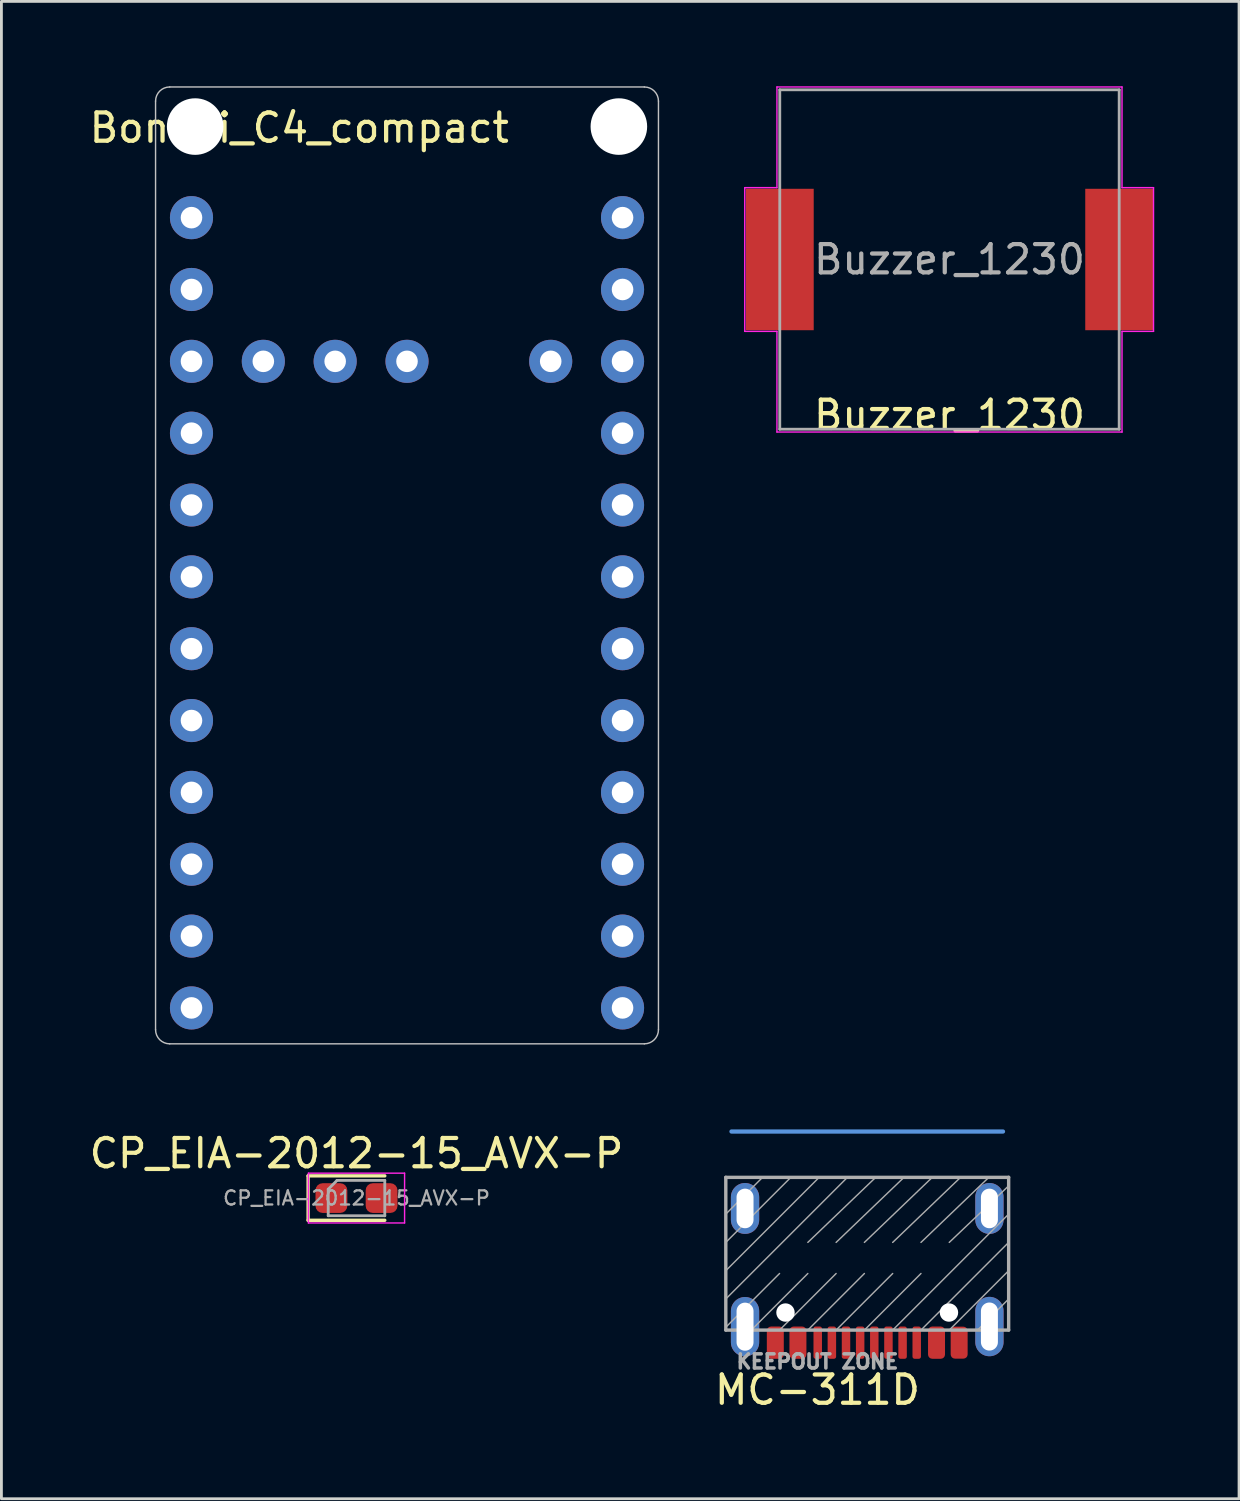
<source format=kicad_pcb>
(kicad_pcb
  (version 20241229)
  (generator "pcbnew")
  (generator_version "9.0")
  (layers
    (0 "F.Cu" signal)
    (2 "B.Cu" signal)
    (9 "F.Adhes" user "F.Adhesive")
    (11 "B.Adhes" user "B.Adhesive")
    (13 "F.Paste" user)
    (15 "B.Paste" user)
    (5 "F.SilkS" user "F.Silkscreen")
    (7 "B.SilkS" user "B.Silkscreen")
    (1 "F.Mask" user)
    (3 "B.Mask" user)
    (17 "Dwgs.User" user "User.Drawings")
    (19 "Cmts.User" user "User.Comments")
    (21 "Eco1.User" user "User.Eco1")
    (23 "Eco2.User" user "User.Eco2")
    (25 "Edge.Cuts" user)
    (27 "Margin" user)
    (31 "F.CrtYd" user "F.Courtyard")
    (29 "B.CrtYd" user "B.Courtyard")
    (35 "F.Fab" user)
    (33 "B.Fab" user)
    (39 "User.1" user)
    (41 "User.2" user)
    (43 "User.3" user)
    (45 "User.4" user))
  (footprint "CP_EIA-2012-15_AVX-P"
    (layer "F.Cu")
    (at 9.554 39.308)
    (property "Reference" "CP_EIA-2012-15_AVX-P" (at 0 -1.58 0) (layer "F.SilkS") (effects (font (size 1 1) (thickness 0.15))))
    (attr smd)
    (fp_line (start -1.71 -0.785) (end -1.71 0.785) (stroke (width 0.12) (type solid)) (layer "F.SilkS"))
    (fp_line (start -1.71 0.785) (end 1 0.785) (stroke (width 0.12) (type solid)) (layer "F.SilkS"))
    (fp_line (start 1 -0.785) (end -1.71 -0.785) (stroke (width 0.12) (type solid)) (layer "F.SilkS"))
    (fp_line (start -1.7 -0.88) (end 1.7 -0.88) (stroke (width 0.05) (type solid)) (layer "F.CrtYd"))
    (fp_line (start -1.7 0.88) (end -1.7 -0.88) (stroke (width 0.05) (type solid)) (layer "F.CrtYd"))
    (fp_line (start 1.7 -0.88) (end 1.7 0.88) (stroke (width 0.05) (type solid)) (layer "F.CrtYd"))
    (fp_line (start 1.7 0.88) (end -1.7 0.88) (stroke (width 0.05) (type solid)) (layer "F.CrtYd"))
    (fp_line (start -1 -0.312) (end -1 0.625) (stroke (width 0.1) (type solid)) (layer "F.Fab"))
    (fp_line (start -1 0.625) (end 1 0.625) (stroke (width 0.1) (type solid)) (layer "F.Fab"))
    (fp_line (start -0.688 -0.625) (end -1 -0.312) (stroke (width 0.1) (type solid)) (layer "F.Fab"))
    (fp_line (start 1 -0.625) (end -0.688 -0.625) (stroke (width 0.1) (type solid)) (layer "F.Fab"))
    (fp_line (start 1 0.625) (end 1 -0.625) (stroke (width 0.1) (type solid)) (layer "F.Fab"))
    (fp_text user "${REFERENCE}" (at 0 0 0) (layer "F.Fab") (effects (font (size 0.5 0.5) (thickness 0.08))))
    (pad "1" smd roundrect (at -0.887 0) (size 1.125 1.05) (layers "F.Cu" "F.Mask" "F.Paste") (roundrect_rratio 0.238))
    (pad "2" smd roundrect (at 0.887 0) (size 1.125 1.05) (layers "F.Cu" "F.Mask" "F.Paste") (roundrect_rratio 0.238)))
  (footprint "MC-311D"
    (layer "F.Cu")
    (at 25.851 41.095)
    (property "Reference" "MC-311D" (at 0 4.995 0) (layer "F.SilkS") (effects (font (size 1 1) (thickness 0.15))))
    (attr smd)
    (fp_line (start -3.04 -4.14) (end 6.56 -4.14) (stroke (width 0.15) (type solid)) (layer "Cmts.User"))
    (fp_line (start -3.24 -2.52) (end -3.24 2.88) (stroke (width 0.12) (type solid)) (layer "F.Fab"))
    (fp_line (start -3.24 2.88) (end 6.76 2.88) (stroke (width 0.12) (type solid)) (layer "F.Fab"))
    (fp_line (start -1.94 -2.52) (end -3.24 -1.22) (stroke (width 0.05) (type solid)) (layer "F.Fab"))
    (fp_line (start -1.34 0.88) (end -3.24 2.78) (stroke (width 0.05) (type solid)) (layer "F.Fab"))
    (fp_line (start -0.94 -2.52) (end -3.24 -0.22) (stroke (width 0.05) (type solid)) (layer "F.Fab"))
    (fp_line (start -0.34 0.88) (end -2.34 2.88) (stroke (width 0.05) (type solid)) (layer "F.Fab"))
    (fp_line (start 0.06 -2.52) (end -3.24 0.78) (stroke (width 0.05) (type solid)) (layer "F.Fab"))
    (fp_line (start 0.66 0.88) (end -1.34 2.88) (stroke (width 0.05) (type solid)) (layer "F.Fab"))
    (fp_line (start 1.06 -2.52) (end -3.24 1.78) (stroke (width 0.05) (type solid)) (layer "F.Fab"))
    (fp_line (start 1.66 0.88) (end -0.34 2.88) (stroke (width 0.05) (type solid)) (layer "F.Fab"))
    (fp_line (start 2.06 -2.52) (end -0.34 -0.22) (stroke (width 0.05) (type solid)) (layer "F.Fab"))
    (fp_line (start 2.66 0.88) (end 0.66 2.88) (stroke (width 0.05) (type solid)) (layer "F.Fab"))
    (fp_line (start 3.06 -2.52) (end 0.66 -0.22) (stroke (width 0.05) (type solid)) (layer "F.Fab"))
    (fp_line (start 3.66 0.88) (end 1.66 2.88) (stroke (width 0.05) (type solid)) (layer "F.Fab"))
    (fp_line (start 4.06 -2.52) (end 1.66 -0.22) (stroke (width 0.05) (type solid)) (layer "F.Fab"))
    (fp_line (start 5.06 -2.52) (end 2.66 -0.22) (stroke (width 0.05) (type solid)) (layer "F.Fab"))
    (fp_line (start 6.06 -2.52) (end 3.66 -0.22) (stroke (width 0.05) (type solid)) (layer "F.Fab"))
    (fp_line (start 6.76 -2.52) (end -3.24 -2.52) (stroke (width 0.12) (type solid)) (layer "F.Fab"))
    (fp_line (start 6.76 -2.22) (end 4.66 -0.22) (stroke (width 0.05) (type solid)) (layer "F.Fab"))
    (fp_line (start 6.76 -1.22) (end 2.66 2.88) (stroke (width 0.05) (type solid)) (layer "F.Fab"))
    (fp_line (start 6.76 -0.22) (end 3.66 2.88) (stroke (width 0.05) (type solid)) (layer "F.Fab"))
    (fp_line (start 6.76 0.78) (end 4.66 2.88) (stroke (width 0.05) (type solid)) (layer "F.Fab"))
    (fp_line (start 6.76 1.78) (end 5.66 2.88) (stroke (width 0.05) (type solid)) (layer "F.Fab"))
    (fp_line (start 6.76 2.88) (end 6.76 -2.52) (stroke (width 0.12) (type solid)) (layer "F.Fab"))
    (fp_text user "KEEPOUT ZONE" (at 0 3.995 0) (layer "F.Fab") (effects (font (size 0.5 0.5) (thickness 0.125))))
    (pad "" np_thru_hole circle (at -1.13 2.26 180) (size 0.65 0.65) (drill 0.65) (layers "*.Cu" "*.Mask"))
    (pad "" np_thru_hole circle (at 4.65 2.26 180) (size 0.65 0.65) (drill 0.65) (layers "*.Cu" "*.Mask"))
    (pad "A1" smd roundrect (at 5.01 3.325 180) (size 0.6 1.13) (layers "F.Cu" "F.Mask" "F.Paste") (roundrect_rratio 0.25))
    (pad "A4" smd roundrect (at 4.21 3.325 180) (size 0.6 1.14) (layers "F.Cu" "F.Mask" "F.Paste") (roundrect_rratio 0.25))
    (pad "A5" smd roundrect (at 3.01 3.325 180) (size 0.3 1.14) (layers "F.Cu" "F.Mask" "F.Paste") (roundrect_rratio 0.25))
    (pad "A6" smd roundrect (at 2.01 3.325 180) (size 0.3 1.14) (layers "F.Cu" "F.Mask" "F.Paste") (roundrect_rratio 0.25))
    (pad "A7" smd roundrect (at 1.51 3.325 180) (size 0.3 1.14) (layers "F.Cu" "F.Mask" "F.Paste") (roundrect_rratio 0.25))
    (pad "A8" smd roundrect (at 0.51 3.325 180) (size 0.3 1.14) (layers "F.Cu" "F.Mask" "F.Paste") (roundrect_rratio 0.25))
    (pad "B1" smd roundrect (at -1.49 3.325 180) (size 0.6 1.14) (layers "F.Cu" "F.Mask" "F.Paste") (roundrect_rratio 0.25))
    (pad "B4" smd roundrect (at -0.69 3.325 180) (size 0.6 1.14) (layers "F.Cu" "F.Mask" "F.Paste") (roundrect_rratio 0.25))
    (pad "B5" smd roundrect (at 0.01 3.325 180) (size 0.3 1.14) (layers "F.Cu" "F.Mask" "F.Paste") (roundrect_rratio 0.25))
    (pad "B6" smd roundrect (at 1.01 3.325 180) (size 0.3 1.14) (layers "F.Cu" "F.Mask" "F.Paste") (roundrect_rratio 0.25))
    (pad "B7" smd roundrect (at 2.51 3.325 180) (size 0.3 1.14) (layers "F.Cu" "F.Mask" "F.Paste") (roundrect_rratio 0.25))
    (pad "B8" smd roundrect (at 3.51 3.325 180) (size 0.3 1.14) (layers "F.Cu" "F.Mask" "F.Paste") (roundrect_rratio 0.25))
    (pad "S" thru_hole oval (at -2.56 -1.42 180) (size 1 1.8) (drill oval 0.6 1.4) (layers "*.Cu" "*.Mask"))
    (pad "S" thru_hole oval (at -2.56 2.76 180) (size 1 2.1) (drill oval 0.6 1.7) (layers "*.Cu" "*.Mask"))
    (pad "S" thru_hole oval (at 6.08 -1.42 180) (size 1 1.8) (drill oval 0.6 1.4) (layers "*.Cu" "*.Mask"))
    (pad "S" thru_hole oval (at 6.08 2.755 180) (size 1 2.1) (drill oval 0.6 1.7) (layers "*.Cu" "*.Mask")))
  (footprint "Buzzer_1230"
    (layer "F.Cu")
    (at 30.519 6.125)
    (property "Reference" "Buzzer_1230" (at 0 5.5 180) (layer "F.SilkS") (effects (font (size 1 1) (thickness 0.15))))
    (attr smd)
    (fp_line (start -7.239 -2.54) (end -6.1 -2.54) (stroke (width 0.05) (type solid)) (layer "F.CrtYd"))
    (fp_line (start -7.239 2.54) (end -7.239 -2.54) (stroke (width 0.05) (type solid)) (layer "F.CrtYd"))
    (fp_line (start -6.1 -6.1) (end 6.1 -6.1) (stroke (width 0.05) (type solid)) (layer "F.CrtYd"))
    (fp_line (start -6.1 -2.54) (end -6.1 -6.1) (stroke (width 0.05) (type solid)) (layer "F.CrtYd"))
    (fp_line (start -6.1 2.54) (end -7.239 2.54) (stroke (width 0.05) (type solid)) (layer "F.CrtYd"))
    (fp_line (start -6.1 6.1) (end -6.1 2.54) (stroke (width 0.05) (type solid)) (layer "F.CrtYd"))
    (fp_line (start 6.1 -6.1) (end 6.1 -2.54) (stroke (width 0.05) (type solid)) (layer "F.CrtYd"))
    (fp_line (start 6.1 -2.54) (end 7.214 -2.54) (stroke (width 0.05) (type solid)) (layer "F.CrtYd"))
    (fp_line (start 6.1 2.54) (end 6.1 6.1) (stroke (width 0.05) (type solid)) (layer "F.CrtYd"))
    (fp_line (start 6.1 6.1) (end -6.1 6.1) (stroke (width 0.05) (type solid)) (layer "F.CrtYd"))
    (fp_line (start 7.214 -2.54) (end 7.214 2.54) (stroke (width 0.05) (type solid)) (layer "F.CrtYd"))
    (fp_line (start 7.214 2.54) (end 6.1 2.54) (stroke (width 0.05) (type solid)) (layer "F.CrtYd"))
    (fp_line (start -6 -6) (end 6 -6) (stroke (width 0.1) (type solid)) (layer "F.Fab"))
    (fp_line (start -6 6) (end -6 -6) (stroke (width 0.1) (type solid)) (layer "F.Fab"))
    (fp_line (start 6 -6) (end 6 6) (stroke (width 0.1) (type solid)) (layer "F.Fab"))
    (fp_line (start 6 6) (end -6 6) (stroke (width 0.1) (type solid)) (layer "F.Fab"))
    (fp_text user "${REFERENCE}" (at 0 0 180) (layer "F.Fab") (effects (font (size 1 1) (thickness 0.15))))
    (pad "1" smd rect (at -6 0) (size 2.4 5) (layers "F.Cu" "F.Mask" "F.Paste"))
    (pad "2" smd rect (at 6 0) (size 2.4 5) (layers "F.Cu" "F.Mask" "F.Paste")))
  (footprint "Bonsai_C4_compact"
    (layer "F.Cu")
    (at 3.72 4.645)
    (property "Reference" "Bonsai_C4_compact" (at 3.81 -3.175 0) (layer "F.SilkS") (effects (font (size 1 1) (thickness 0.15))))
    (attr through_hole)
    (fp_line (start -1.27 -4.12) (end -1.27 28.71) (stroke (width 0.05) (type solid)) (layer "Dwgs.User"))
    (fp_line (start 16.01 -4.62) (end -0.77 -4.62) (stroke (width 0.05) (type solid)) (layer "Dwgs.User"))
    (fp_line (start 16.01 29.21) (end -0.77 29.21) (stroke (width 0.05) (type solid)) (layer "Dwgs.User"))
    (fp_line (start 16.51 28.71) (end 16.51 -4.12) (stroke (width 0.05) (type solid)) (layer "Dwgs.User"))
    (fp_arc (start -1.27 -4.12) (mid -1.123553 -4.473553) (end -0.77 -4.62) (stroke (width 0.05) (type solid)) (layer "Dwgs.User"))
    (fp_arc (start -0.77 29.21) (mid -1.123553 29.063553) (end -1.27 28.71) (stroke (width 0.05) (type solid)) (layer "Dwgs.User"))
    (fp_arc (start 16.01 -4.62) (mid 16.363553 -4.473553) (end 16.51 -4.12) (stroke (width 0.05) (type solid)) (layer "Dwgs.User"))
    (fp_arc (start 16.51 28.71) (mid 16.363553 29.063553) (end 16.01 29.21) (stroke (width 0.05) (type solid)) (layer "Dwgs.User"))
    (pad "" np_thru_hole circle (at 0.13 -3.22) (size 2 2) (drill 2) (layers "*.Cu" "*.Mask"))
    (pad "" np_thru_hole circle (at 15.11 -3.22) (size 2 2) (drill 2) (layers "*.Cu" "*.Mask"))
    (pad "1" thru_hole circle (at 0 0) (size 1.524 1.524) (drill 0.762) (layers "*.Cu" "*.Mask"))
    (pad "2" thru_hole circle (at 0 2.54) (size 1.524 1.524) (drill 0.762) (layers "*.Cu" "*.Mask"))
    (pad "3" thru_hole circle (at 0 5.08) (size 1.524 1.524) (drill 0.762) (layers "*.Cu" "*.Mask"))
    (pad "4" thru_hole circle (at 0 7.62) (size 1.524 1.524) (drill 0.762) (layers "*.Cu" "*.Mask"))
    (pad "5" thru_hole circle (at 0 10.16) (size 1.524 1.524) (drill 0.762) (layers "*.Cu" "*.Mask"))
    (pad "6" thru_hole circle (at 0 12.7) (size 1.524 1.524) (drill 0.762) (layers "*.Cu" "*.Mask"))
    (pad "7" thru_hole circle (at 0 15.24) (size 1.524 1.524) (drill 0.762) (layers "*.Cu" "*.Mask"))
    (pad "8" thru_hole circle (at 0 17.78) (size 1.524 1.524) (drill 0.762) (layers "*.Cu" "*.Mask"))
    (pad "9" thru_hole circle (at 0 20.32) (size 1.524 1.524) (drill 0.762) (layers "*.Cu" "*.Mask"))
    (pad "10" thru_hole circle (at 0 22.86) (size 1.524 1.524) (drill 0.762) (layers "*.Cu" "*.Mask"))
    (pad "11" thru_hole circle (at 0 25.4) (size 1.524 1.524) (drill 0.762) (layers "*.Cu" "*.Mask"))
    (pad "12" thru_hole circle (at 0 27.94) (size 1.524 1.524) (drill 0.762) (layers "*.Cu" "*.Mask"))
    (pad "13" thru_hole circle (at 2.54 5.08) (size 1.524 1.524) (drill 0.762) (layers "*.Cu" "*.Mask"))
    (pad "14" thru_hole circle (at 5.08 5.08) (size 1.524 1.524) (drill 0.762) (layers "*.Cu" "*.Mask"))
    (pad "15" thru_hole circle (at 7.62 5.08) (size 1.524 1.524) (drill 0.762) (layers "*.Cu" "*.Mask"))
    (pad "16" thru_hole circle (at 12.7 5.08) (size 1.524 1.524) (drill 0.762) (layers "*.Cu" "*.Mask"))
    (pad "17" thru_hole circle (at 15.24 0) (size 1.524 1.524) (drill 0.762) (layers "*.Cu" "*.Mask"))
    (pad "18" thru_hole circle (at 15.24 2.54) (size 1.524 1.524) (drill 0.762) (layers "*.Cu" "*.Mask"))
    (pad "19" thru_hole circle (at 15.24 5.08) (size 1.524 1.524) (drill 0.762) (layers "*.Cu" "*.Mask"))
    (pad "20" thru_hole circle (at 15.24 7.62) (size 1.524 1.524) (drill 0.762) (layers "*.Cu" "*.Mask"))
    (pad "21" thru_hole circle (at 15.24 10.16) (size 1.524 1.524) (drill 0.762) (layers "*.Cu" "*.Mask"))
    (pad "22" thru_hole circle (at 15.24 12.7) (size 1.524 1.524) (drill 0.762) (layers "*.Cu" "*.Mask"))
    (pad "23" thru_hole circle (at 15.24 15.24) (size 1.524 1.524) (drill 0.762) (layers "*.Cu" "*.Mask"))
    (pad "24" thru_hole circle (at 15.24 20.32) (size 1.524 1.524) (drill 0.762) (layers "*.Cu" "*.Mask"))
    (pad "25" thru_hole circle (at 15.24 17.78) (size 1.524 1.524) (drill 0.762) (layers "*.Cu" "*.Mask"))
    (pad "26" thru_hole circle (at 15.24 22.86) (size 1.524 1.524) (drill 0.762) (layers "*.Cu" "*.Mask"))
    (pad "27" thru_hole circle (at 15.24 25.4) (size 1.524 1.524) (drill 0.762) (layers "*.Cu" "*.Mask"))
    (pad "28" thru_hole circle (at 15.24 27.94) (size 1.524 1.524) (drill 0.762) (layers "*.Cu" "*.Mask")))
  (gr_rect
    (start -3 -3)
    (end 40.757 49.938)
    (stroke (width 0.1) (type default))
    (fill no)
    (layer "Edge.Cuts")))
</source>
